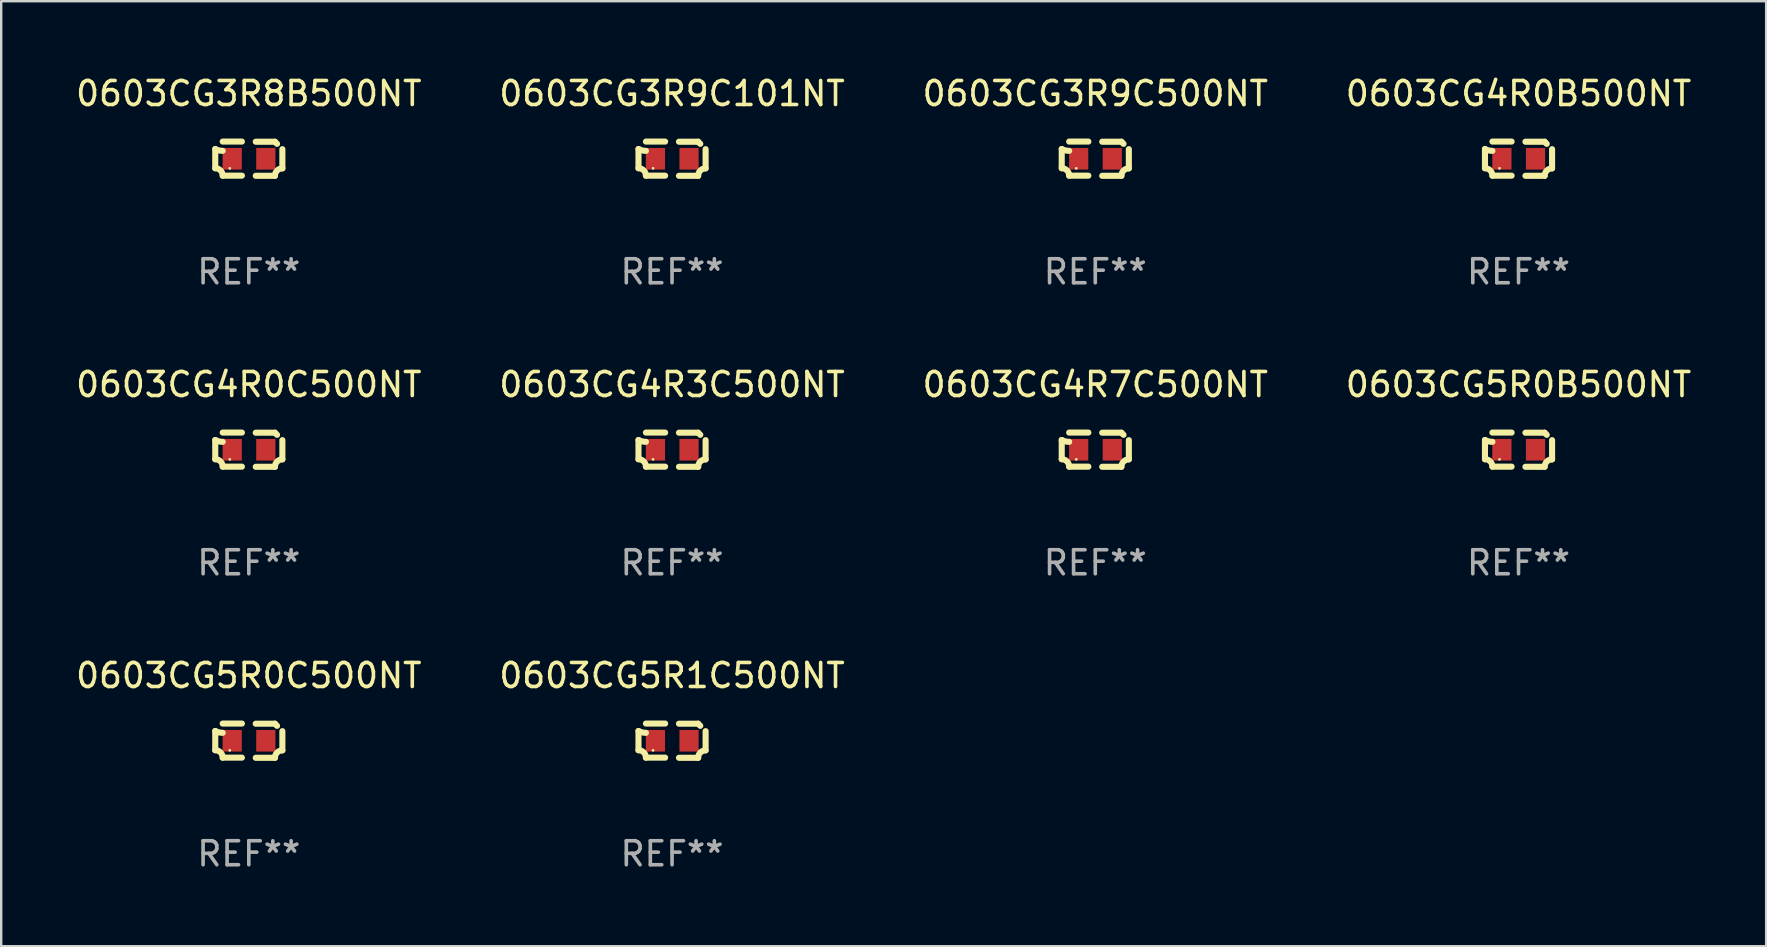
<source format=kicad_pcb>
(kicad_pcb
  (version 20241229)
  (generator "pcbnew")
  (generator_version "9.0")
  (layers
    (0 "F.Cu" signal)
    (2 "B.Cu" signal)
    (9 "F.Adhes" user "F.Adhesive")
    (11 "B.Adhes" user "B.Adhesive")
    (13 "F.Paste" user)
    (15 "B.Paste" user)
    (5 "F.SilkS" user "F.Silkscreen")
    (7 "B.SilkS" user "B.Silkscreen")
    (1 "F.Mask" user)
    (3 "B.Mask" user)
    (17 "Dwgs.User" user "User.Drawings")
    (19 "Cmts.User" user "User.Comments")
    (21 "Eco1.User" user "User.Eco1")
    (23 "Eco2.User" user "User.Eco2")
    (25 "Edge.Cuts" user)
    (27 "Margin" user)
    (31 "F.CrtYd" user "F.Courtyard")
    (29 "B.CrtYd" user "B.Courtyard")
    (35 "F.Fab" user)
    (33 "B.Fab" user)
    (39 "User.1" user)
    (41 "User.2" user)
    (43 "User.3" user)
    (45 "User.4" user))
  (footprint "0603CG3R9C500NT"
    (layer "F.Cu")
    (at 42.577 3.561)
    (property "Reference" "0603CG3R9C500NT" (at 0 -2.713 0) (layer "F.SilkS") (effects (font (size 1 1) (thickness 0.15))))
    (attr through_hole)
    (fp_line (start -1.398 -0.403) (end -1.398 0.397) (stroke (width 0.254) (type solid)) (layer "F.SilkS"))
    (fp_line (start -0.288 -0.713) (end -1.088 -0.713) (stroke (width 0.254) (type solid)) (layer "F.SilkS"))
    (fp_line (start -0.288 0.707) (end -1.088 0.707) (stroke (width 0.254) (type solid)) (layer "F.SilkS"))
    (fp_line (start 0.288 -0.707) (end 1.088 -0.707) (stroke (width 0.254) (type solid)) (layer "F.SilkS"))
    (fp_line (start 0.288 0.713) (end 1.088 0.713) (stroke (width 0.254) (type solid)) (layer "F.SilkS"))
    (fp_line (start 1.398 -0.397) (end 1.398 0.403) (stroke (width 0.254) (type solid)) (layer "F.SilkS"))
    (fp_arc (start -1.397789 0.397066) (mid -1.178701 0.487826) (end -1.08796 0.706922) (stroke (width 0.254001) (type solid)) (layer "F.SilkS"))
    (fp_arc (start -1.08796 -0.327176) (mid -1.247436 -0.346384) (end -1.39779 -0.402908) (stroke (width 0.254001) (type solid)) (layer "F.SilkS"))
    (fp_arc (start 1.087909 0.712738) (mid 1.178656 0.493655) (end 1.397739 0.402908) (stroke (width 0.254001) (type solid)) (layer "F.SilkS"))
    (fp_arc (start 1.175925 -0.618926) (mid 1.131917 -0.662923) (end 1.08791 -0.706922) (stroke (width 0.254001) (type solid)) (layer "F.SilkS"))
    (fp_circle (center -0.792 0.403) (end -0.762 0.403) (stroke (width 0.06) (type solid)) (fill no) (layer "F.SilkS"))
    (fp_text user "REF**" (at 0 4.713 0) (layer "F.Fab") (effects (font (size 1 1) (thickness 0.15))))
    (pad "1" smd rect (at -0.692 0.003) (size 0.8 0.9) (layers "F.Cu" "F.Mask" "F.Paste"))
    (pad "2" smd rect (at 0.708 0.003) (size 0.8 0.9) (layers "F.Cu" "F.Mask" "F.Paste")))
  (footprint "0603CG5R0C500NT"
    (layer "F.Cu")
    (at 7.315 27.805)
    (property "Reference" "0603CG5R0C500NT" (at 0 -2.713 0) (layer "F.SilkS") (effects (font (size 1 1) (thickness 0.15))))
    (attr through_hole)
    (fp_line (start -1.398 -0.403) (end -1.398 0.397) (stroke (width 0.254) (type solid)) (layer "F.SilkS"))
    (fp_line (start -0.288 -0.713) (end -1.088 -0.713) (stroke (width 0.254) (type solid)) (layer "F.SilkS"))
    (fp_line (start -0.288 0.707) (end -1.088 0.707) (stroke (width 0.254) (type solid)) (layer "F.SilkS"))
    (fp_line (start 0.288 -0.707) (end 1.088 -0.707) (stroke (width 0.254) (type solid)) (layer "F.SilkS"))
    (fp_line (start 0.288 0.713) (end 1.088 0.713) (stroke (width 0.254) (type solid)) (layer "F.SilkS"))
    (fp_line (start 1.398 -0.397) (end 1.398 0.403) (stroke (width 0.254) (type solid)) (layer "F.SilkS"))
    (fp_arc (start -1.397789 0.397066) (mid -1.178701 0.487826) (end -1.08796 0.706922) (stroke (width 0.254001) (type solid)) (layer "F.SilkS"))
    (fp_arc (start -1.08796 -0.327176) (mid -1.247436 -0.346384) (end -1.39779 -0.402908) (stroke (width 0.254001) (type solid)) (layer "F.SilkS"))
    (fp_arc (start 1.087909 0.712738) (mid 1.178656 0.493655) (end 1.397739 0.402908) (stroke (width 0.254001) (type solid)) (layer "F.SilkS"))
    (fp_arc (start 1.175925 -0.618926) (mid 1.131917 -0.662923) (end 1.08791 -0.706922) (stroke (width 0.254001) (type solid)) (layer "F.SilkS"))
    (fp_circle (center -0.792 0.403) (end -0.762 0.403) (stroke (width 0.06) (type solid)) (fill no) (layer "F.SilkS"))
    (fp_text user "REF**" (at 0 4.713 0) (layer "F.Fab") (effects (font (size 1 1) (thickness 0.15))))
    (pad "1" smd rect (at -0.692 0.003) (size 0.8 0.9) (layers "F.Cu" "F.Mask" "F.Paste"))
    (pad "2" smd rect (at 0.708 0.003) (size 0.8 0.9) (layers "F.Cu" "F.Mask" "F.Paste")))
  (footprint "0603CG4R3C500NT"
    (layer "F.Cu")
    (at 24.946 15.683)
    (property "Reference" "0603CG4R3C500NT" (at 0 -2.713 0) (layer "F.SilkS") (effects (font (size 1 1) (thickness 0.15))))
    (attr through_hole)
    (fp_line (start -1.398 -0.403) (end -1.398 0.397) (stroke (width 0.254) (type solid)) (layer "F.SilkS"))
    (fp_line (start -0.288 -0.713) (end -1.088 -0.713) (stroke (width 0.254) (type solid)) (layer "F.SilkS"))
    (fp_line (start -0.288 0.707) (end -1.088 0.707) (stroke (width 0.254) (type solid)) (layer "F.SilkS"))
    (fp_line (start 0.288 -0.707) (end 1.088 -0.707) (stroke (width 0.254) (type solid)) (layer "F.SilkS"))
    (fp_line (start 0.288 0.713) (end 1.088 0.713) (stroke (width 0.254) (type solid)) (layer "F.SilkS"))
    (fp_line (start 1.398 -0.397) (end 1.398 0.403) (stroke (width 0.254) (type solid)) (layer "F.SilkS"))
    (fp_arc (start -1.397789 0.397066) (mid -1.178701 0.487826) (end -1.08796 0.706922) (stroke (width 0.254001) (type solid)) (layer "F.SilkS"))
    (fp_arc (start -1.08796 -0.327176) (mid -1.247436 -0.346384) (end -1.39779 -0.402908) (stroke (width 0.254001) (type solid)) (layer "F.SilkS"))
    (fp_arc (start 1.087909 0.712738) (mid 1.178656 0.493655) (end 1.397739 0.402908) (stroke (width 0.254001) (type solid)) (layer "F.SilkS"))
    (fp_arc (start 1.175925 -0.618926) (mid 1.131917 -0.662923) (end 1.08791 -0.706922) (stroke (width 0.254001) (type solid)) (layer "F.SilkS"))
    (fp_circle (center -0.792 0.403) (end -0.762 0.403) (stroke (width 0.06) (type solid)) (fill no) (layer "F.SilkS"))
    (fp_text user "REF**" (at 0 4.713 0) (layer "F.Fab") (effects (font (size 1 1) (thickness 0.15))))
    (pad "1" smd rect (at -0.692 0.003) (size 0.8 0.9) (layers "F.Cu" "F.Mask" "F.Paste"))
    (pad "2" smd rect (at 0.708 0.003) (size 0.8 0.9) (layers "F.Cu" "F.Mask" "F.Paste")))
  (footprint "0603CG4R7C500NT"
    (layer "F.Cu")
    (at 42.577 15.683)
    (property "Reference" "0603CG4R7C500NT" (at 0 -2.713 0) (layer "F.SilkS") (effects (font (size 1 1) (thickness 0.15))))
    (attr through_hole)
    (fp_line (start -1.398 -0.403) (end -1.398 0.397) (stroke (width 0.254) (type solid)) (layer "F.SilkS"))
    (fp_line (start -0.288 -0.713) (end -1.088 -0.713) (stroke (width 0.254) (type solid)) (layer "F.SilkS"))
    (fp_line (start -0.288 0.707) (end -1.088 0.707) (stroke (width 0.254) (type solid)) (layer "F.SilkS"))
    (fp_line (start 0.288 -0.707) (end 1.088 -0.707) (stroke (width 0.254) (type solid)) (layer "F.SilkS"))
    (fp_line (start 0.288 0.713) (end 1.088 0.713) (stroke (width 0.254) (type solid)) (layer "F.SilkS"))
    (fp_line (start 1.398 -0.397) (end 1.398 0.403) (stroke (width 0.254) (type solid)) (layer "F.SilkS"))
    (fp_arc (start -1.397789 0.397066) (mid -1.178701 0.487826) (end -1.08796 0.706922) (stroke (width 0.254001) (type solid)) (layer "F.SilkS"))
    (fp_arc (start -1.08796 -0.327176) (mid -1.247436 -0.346384) (end -1.39779 -0.402908) (stroke (width 0.254001) (type solid)) (layer "F.SilkS"))
    (fp_arc (start 1.087909 0.712738) (mid 1.178656 0.493655) (end 1.397739 0.402908) (stroke (width 0.254001) (type solid)) (layer "F.SilkS"))
    (fp_arc (start 1.175925 -0.618926) (mid 1.131917 -0.662923) (end 1.08791 -0.706922) (stroke (width 0.254001) (type solid)) (layer "F.SilkS"))
    (fp_circle (center -0.792 0.403) (end -0.762 0.403) (stroke (width 0.06) (type solid)) (fill no) (layer "F.SilkS"))
    (fp_text user "REF**" (at 0 4.713 0) (layer "F.Fab") (effects (font (size 1 1) (thickness 0.15))))
    (pad "1" smd rect (at -0.692 0.003) (size 0.8 0.9) (layers "F.Cu" "F.Mask" "F.Paste"))
    (pad "2" smd rect (at 0.708 0.003) (size 0.8 0.9) (layers "F.Cu" "F.Mask" "F.Paste")))
  (footprint "0603CG4R0B500NT"
    (layer "F.Cu")
    (at 60.208 3.561)
    (property "Reference" "0603CG4R0B500NT" (at 0 -2.713 0) (layer "F.SilkS") (effects (font (size 1 1) (thickness 0.15))))
    (attr through_hole)
    (fp_line (start -1.398 -0.403) (end -1.398 0.397) (stroke (width 0.254) (type solid)) (layer "F.SilkS"))
    (fp_line (start -0.288 -0.713) (end -1.088 -0.713) (stroke (width 0.254) (type solid)) (layer "F.SilkS"))
    (fp_line (start -0.288 0.707) (end -1.088 0.707) (stroke (width 0.254) (type solid)) (layer "F.SilkS"))
    (fp_line (start 0.288 -0.707) (end 1.088 -0.707) (stroke (width 0.254) (type solid)) (layer "F.SilkS"))
    (fp_line (start 0.288 0.713) (end 1.088 0.713) (stroke (width 0.254) (type solid)) (layer "F.SilkS"))
    (fp_line (start 1.398 -0.397) (end 1.398 0.403) (stroke (width 0.254) (type solid)) (layer "F.SilkS"))
    (fp_arc (start -1.397789 0.397066) (mid -1.178701 0.487826) (end -1.08796 0.706922) (stroke (width 0.254001) (type solid)) (layer "F.SilkS"))
    (fp_arc (start -1.08796 -0.327176) (mid -1.247436 -0.346384) (end -1.39779 -0.402908) (stroke (width 0.254001) (type solid)) (layer "F.SilkS"))
    (fp_arc (start 1.087909 0.712738) (mid 1.178656 0.493655) (end 1.397739 0.402908) (stroke (width 0.254001) (type solid)) (layer "F.SilkS"))
    (fp_arc (start 1.175925 -0.618926) (mid 1.131917 -0.662923) (end 1.08791 -0.706922) (stroke (width 0.254001) (type solid)) (layer "F.SilkS"))
    (fp_circle (center -0.792 0.403) (end -0.762 0.403) (stroke (width 0.06) (type solid)) (fill no) (layer "F.SilkS"))
    (fp_text user "REF**" (at 0 4.713 0) (layer "F.Fab") (effects (font (size 1 1) (thickness 0.15))))
    (pad "1" smd rect (at -0.692 0.003) (size 0.8 0.9) (layers "F.Cu" "F.Mask" "F.Paste"))
    (pad "2" smd rect (at 0.708 0.003) (size 0.8 0.9) (layers "F.Cu" "F.Mask" "F.Paste")))
  (footprint "0603CG5R1C500NT"
    (layer "F.Cu")
    (at 24.946 27.805)
    (property "Reference" "0603CG5R1C500NT" (at 0 -2.713 0) (layer "F.SilkS") (effects (font (size 1 1) (thickness 0.15))))
    (attr through_hole)
    (fp_line (start -1.398 -0.403) (end -1.398 0.397) (stroke (width 0.254) (type solid)) (layer "F.SilkS"))
    (fp_line (start -0.288 -0.713) (end -1.088 -0.713) (stroke (width 0.254) (type solid)) (layer "F.SilkS"))
    (fp_line (start -0.288 0.707) (end -1.088 0.707) (stroke (width 0.254) (type solid)) (layer "F.SilkS"))
    (fp_line (start 0.288 -0.707) (end 1.088 -0.707) (stroke (width 0.254) (type solid)) (layer "F.SilkS"))
    (fp_line (start 0.288 0.713) (end 1.088 0.713) (stroke (width 0.254) (type solid)) (layer "F.SilkS"))
    (fp_line (start 1.398 -0.397) (end 1.398 0.403) (stroke (width 0.254) (type solid)) (layer "F.SilkS"))
    (fp_arc (start -1.397789 0.397066) (mid -1.178701 0.487826) (end -1.08796 0.706922) (stroke (width 0.254001) (type solid)) (layer "F.SilkS"))
    (fp_arc (start -1.08796 -0.327176) (mid -1.247436 -0.346384) (end -1.39779 -0.402908) (stroke (width 0.254001) (type solid)) (layer "F.SilkS"))
    (fp_arc (start 1.087909 0.712738) (mid 1.178656 0.493655) (end 1.397739 0.402908) (stroke (width 0.254001) (type solid)) (layer "F.SilkS"))
    (fp_arc (start 1.175925 -0.618926) (mid 1.131917 -0.662923) (end 1.08791 -0.706922) (stroke (width 0.254001) (type solid)) (layer "F.SilkS"))
    (fp_circle (center -0.792 0.403) (end -0.762 0.403) (stroke (width 0.06) (type solid)) (fill no) (layer "F.SilkS"))
    (fp_text user "REF**" (at 0 4.713 0) (layer "F.Fab") (effects (font (size 1 1) (thickness 0.15))))
    (pad "1" smd rect (at -0.692 0.003) (size 0.8 0.9) (layers "F.Cu" "F.Mask" "F.Paste"))
    (pad "2" smd rect (at 0.708 0.003) (size 0.8 0.9) (layers "F.Cu" "F.Mask" "F.Paste")))
  (footprint "0603CG5R0B500NT"
    (layer "F.Cu")
    (at 60.208 15.683)
    (property "Reference" "0603CG5R0B500NT" (at 0 -2.713 0) (layer "F.SilkS") (effects (font (size 1 1) (thickness 0.15))))
    (attr through_hole)
    (fp_line (start -1.398 -0.403) (end -1.398 0.397) (stroke (width 0.254) (type solid)) (layer "F.SilkS"))
    (fp_line (start -0.288 -0.713) (end -1.088 -0.713) (stroke (width 0.254) (type solid)) (layer "F.SilkS"))
    (fp_line (start -0.288 0.707) (end -1.088 0.707) (stroke (width 0.254) (type solid)) (layer "F.SilkS"))
    (fp_line (start 0.288 -0.707) (end 1.088 -0.707) (stroke (width 0.254) (type solid)) (layer "F.SilkS"))
    (fp_line (start 0.288 0.713) (end 1.088 0.713) (stroke (width 0.254) (type solid)) (layer "F.SilkS"))
    (fp_line (start 1.398 -0.397) (end 1.398 0.403) (stroke (width 0.254) (type solid)) (layer "F.SilkS"))
    (fp_arc (start -1.397789 0.397066) (mid -1.178701 0.487826) (end -1.08796 0.706922) (stroke (width 0.254001) (type solid)) (layer "F.SilkS"))
    (fp_arc (start -1.08796 -0.327176) (mid -1.247436 -0.346384) (end -1.39779 -0.402908) (stroke (width 0.254001) (type solid)) (layer "F.SilkS"))
    (fp_arc (start 1.087909 0.712738) (mid 1.178656 0.493655) (end 1.397739 0.402908) (stroke (width 0.254001) (type solid)) (layer "F.SilkS"))
    (fp_arc (start 1.175925 -0.618926) (mid 1.131917 -0.662923) (end 1.08791 -0.706922) (stroke (width 0.254001) (type solid)) (layer "F.SilkS"))
    (fp_circle (center -0.792 0.403) (end -0.762 0.403) (stroke (width 0.06) (type solid)) (fill no) (layer "F.SilkS"))
    (fp_text user "REF**" (at 0 4.713 0) (layer "F.Fab") (effects (font (size 1 1) (thickness 0.15))))
    (pad "1" smd rect (at -0.692 0.003) (size 0.8 0.9) (layers "F.Cu" "F.Mask" "F.Paste"))
    (pad "2" smd rect (at 0.708 0.003) (size 0.8 0.9) (layers "F.Cu" "F.Mask" "F.Paste")))
  (footprint "0603CG4R0C500NT"
    (layer "F.Cu")
    (at 7.315 15.683)
    (property "Reference" "0603CG4R0C500NT" (at 0 -2.713 0) (layer "F.SilkS") (effects (font (size 1 1) (thickness 0.15))))
    (attr through_hole)
    (fp_line (start -1.398 -0.403) (end -1.398 0.397) (stroke (width 0.254) (type solid)) (layer "F.SilkS"))
    (fp_line (start -0.288 -0.713) (end -1.088 -0.713) (stroke (width 0.254) (type solid)) (layer "F.SilkS"))
    (fp_line (start -0.288 0.707) (end -1.088 0.707) (stroke (width 0.254) (type solid)) (layer "F.SilkS"))
    (fp_line (start 0.288 -0.707) (end 1.088 -0.707) (stroke (width 0.254) (type solid)) (layer "F.SilkS"))
    (fp_line (start 0.288 0.713) (end 1.088 0.713) (stroke (width 0.254) (type solid)) (layer "F.SilkS"))
    (fp_line (start 1.398 -0.397) (end 1.398 0.403) (stroke (width 0.254) (type solid)) (layer "F.SilkS"))
    (fp_arc (start -1.397789 0.397066) (mid -1.178701 0.487826) (end -1.08796 0.706922) (stroke (width 0.254001) (type solid)) (layer "F.SilkS"))
    (fp_arc (start -1.08796 -0.327176) (mid -1.247436 -0.346384) (end -1.39779 -0.402908) (stroke (width 0.254001) (type solid)) (layer "F.SilkS"))
    (fp_arc (start 1.087909 0.712738) (mid 1.178656 0.493655) (end 1.397739 0.402908) (stroke (width 0.254001) (type solid)) (layer "F.SilkS"))
    (fp_arc (start 1.175925 -0.618926) (mid 1.131917 -0.662923) (end 1.08791 -0.706922) (stroke (width 0.254001) (type solid)) (layer "F.SilkS"))
    (fp_circle (center -0.792 0.403) (end -0.762 0.403) (stroke (width 0.06) (type solid)) (fill no) (layer "F.SilkS"))
    (fp_text user "REF**" (at 0 4.713 0) (layer "F.Fab") (effects (font (size 1 1) (thickness 0.15))))
    (pad "1" smd rect (at -0.692 0.003) (size 0.8 0.9) (layers "F.Cu" "F.Mask" "F.Paste"))
    (pad "2" smd rect (at 0.708 0.003) (size 0.8 0.9) (layers "F.Cu" "F.Mask" "F.Paste")))
  (footprint "0603CG3R9C101NT"
    (layer "F.Cu")
    (at 24.946 3.561)
    (property "Reference" "0603CG3R9C101NT" (at 0 -2.713 0) (layer "F.SilkS") (effects (font (size 1 1) (thickness 0.15))))
    (attr through_hole)
    (fp_line (start -1.398 -0.403) (end -1.398 0.397) (stroke (width 0.254) (type solid)) (layer "F.SilkS"))
    (fp_line (start -0.288 -0.713) (end -1.088 -0.713) (stroke (width 0.254) (type solid)) (layer "F.SilkS"))
    (fp_line (start -0.288 0.707) (end -1.088 0.707) (stroke (width 0.254) (type solid)) (layer "F.SilkS"))
    (fp_line (start 0.288 -0.707) (end 1.088 -0.707) (stroke (width 0.254) (type solid)) (layer "F.SilkS"))
    (fp_line (start 0.288 0.713) (end 1.088 0.713) (stroke (width 0.254) (type solid)) (layer "F.SilkS"))
    (fp_line (start 1.398 -0.397) (end 1.398 0.403) (stroke (width 0.254) (type solid)) (layer "F.SilkS"))
    (fp_arc (start -1.397789 0.397066) (mid -1.178701 0.487826) (end -1.08796 0.706922) (stroke (width 0.254001) (type solid)) (layer "F.SilkS"))
    (fp_arc (start -1.08796 -0.327176) (mid -1.247436 -0.346384) (end -1.39779 -0.402908) (stroke (width 0.254001) (type solid)) (layer "F.SilkS"))
    (fp_arc (start 1.087909 0.712738) (mid 1.178656 0.493655) (end 1.397739 0.402908) (stroke (width 0.254001) (type solid)) (layer "F.SilkS"))
    (fp_arc (start 1.175925 -0.618926) (mid 1.131917 -0.662923) (end 1.08791 -0.706922) (stroke (width 0.254001) (type solid)) (layer "F.SilkS"))
    (fp_circle (center -0.792 0.403) (end -0.762 0.403) (stroke (width 0.06) (type solid)) (fill no) (layer "F.SilkS"))
    (fp_text user "REF**" (at 0 4.713 0) (layer "F.Fab") (effects (font (size 1 1) (thickness 0.15))))
    (pad "1" smd rect (at -0.692 0.003) (size 0.8 0.9) (layers "F.Cu" "F.Mask" "F.Paste"))
    (pad "2" smd rect (at 0.708 0.003) (size 0.8 0.9) (layers "F.Cu" "F.Mask" "F.Paste")))
  (footprint "0603CG3R8B500NT"
    (layer "F.Cu")
    (at 7.315 3.561)
    (property "Reference" "0603CG3R8B500NT" (at 0 -2.713 0) (layer "F.SilkS") (effects (font (size 1 1) (thickness 0.15))))
    (attr through_hole)
    (fp_line (start -1.398 -0.403) (end -1.398 0.397) (stroke (width 0.254) (type solid)) (layer "F.SilkS"))
    (fp_line (start -0.288 -0.713) (end -1.088 -0.713) (stroke (width 0.254) (type solid)) (layer "F.SilkS"))
    (fp_line (start -0.288 0.707) (end -1.088 0.707) (stroke (width 0.254) (type solid)) (layer "F.SilkS"))
    (fp_line (start 0.288 -0.707) (end 1.088 -0.707) (stroke (width 0.254) (type solid)) (layer "F.SilkS"))
    (fp_line (start 0.288 0.713) (end 1.088 0.713) (stroke (width 0.254) (type solid)) (layer "F.SilkS"))
    (fp_line (start 1.398 -0.397) (end 1.398 0.403) (stroke (width 0.254) (type solid)) (layer "F.SilkS"))
    (fp_arc (start -1.397789 0.397066) (mid -1.178701 0.487826) (end -1.08796 0.706922) (stroke (width 0.254001) (type solid)) (layer "F.SilkS"))
    (fp_arc (start -1.08796 -0.327176) (mid -1.247436 -0.346384) (end -1.39779 -0.402908) (stroke (width 0.254001) (type solid)) (layer "F.SilkS"))
    (fp_arc (start 1.087909 0.712738) (mid 1.178656 0.493655) (end 1.397739 0.402908) (stroke (width 0.254001) (type solid)) (layer "F.SilkS"))
    (fp_arc (start 1.175925 -0.618926) (mid 1.131917 -0.662923) (end 1.08791 -0.706922) (stroke (width 0.254001) (type solid)) (layer "F.SilkS"))
    (fp_circle (center -0.792 0.403) (end -0.762 0.403) (stroke (width 0.06) (type solid)) (fill no) (layer "F.SilkS"))
    (fp_text user "REF**" (at 0 4.713 0) (layer "F.Fab") (effects (font (size 1 1) (thickness 0.15))))
    (pad "1" smd rect (at -0.692 0.003) (size 0.8 0.9) (layers "F.Cu" "F.Mask" "F.Paste"))
    (pad "2" smd rect (at 0.708 0.003) (size 0.8 0.9) (layers "F.Cu" "F.Mask" "F.Paste")))
  (gr_rect
    (start -3 -3)
    (end 70.524 36.366)
    (stroke (width 0.1) (type default))
    (fill no)
    (layer "Edge.Cuts")))
</source>
